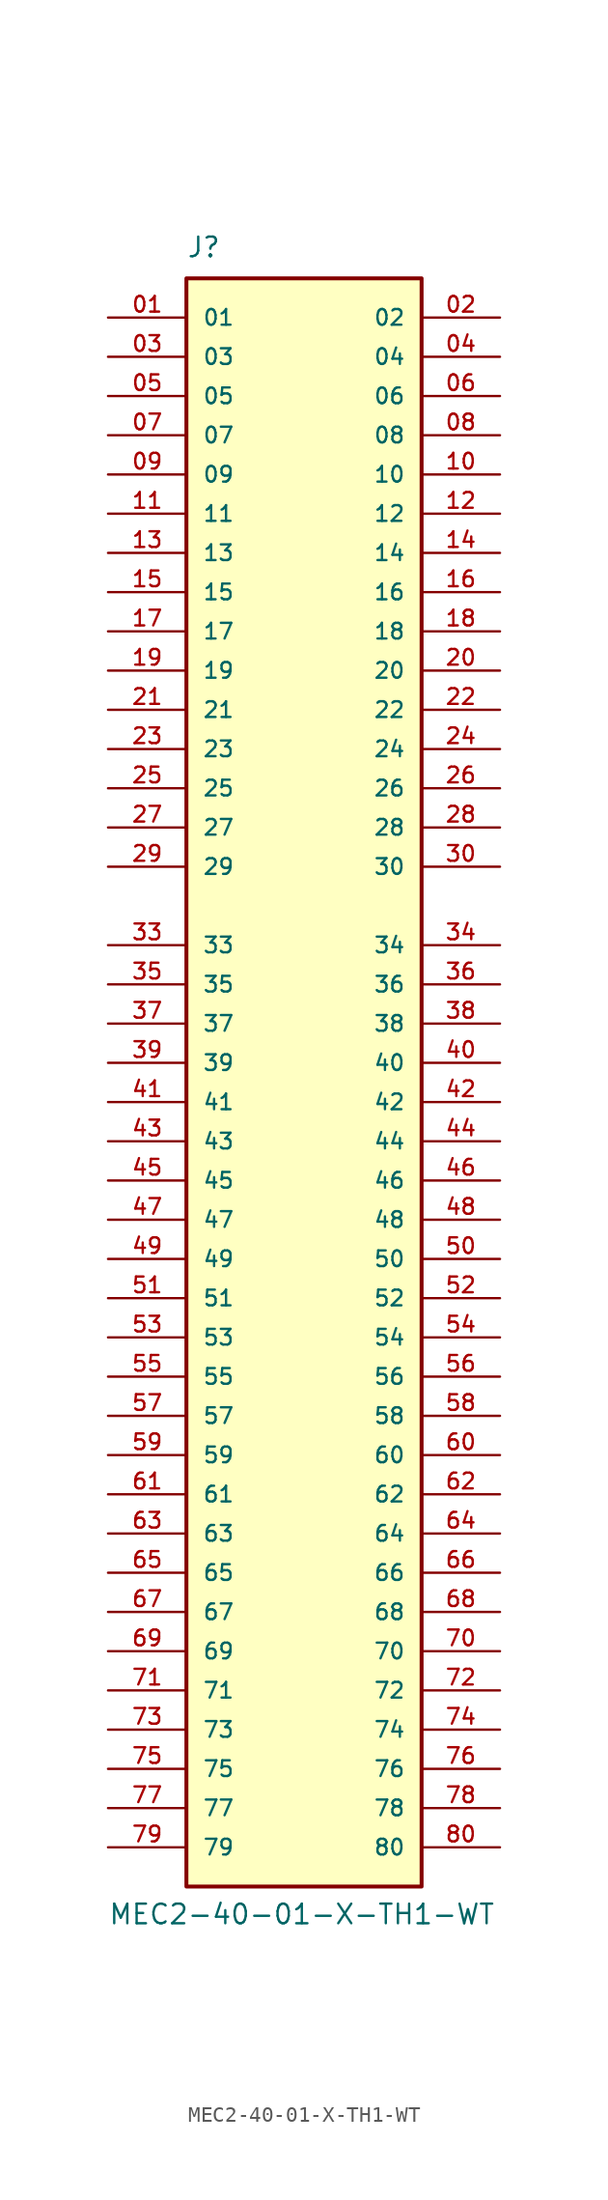
<source format=kicad_sym>
(kicad_symbol_lib
  (version 20211014)
  (generator kicad_symbol_editor)
  (symbol "MEC2-40-01-X-TH1-WT"
    (pin_names
      (offset 1.016))
    (property "Reference" "J"
      (at -7.62 52.07 0)
      (effects (font (size 1.27 1.27)) (justify left bottom)))
    (property "Value" "MEC2-40-01-X-TH1-WT"
      (at -12.7 -55.88 0)
      (effects (font (size 1.27 1.27)) (justify left bottom)))
    (property "ki_locked" ""
      (at 0 0 0)
      (effects (font (size 1.27 1.27))))
    (symbol "MEC2-40-01-X-TH1-WT_0_0"
      (rectangle (start -7.62 -53.34) (end 7.62 50.8) (stroke (width 0.254) (type default) (color 0 0 0 0)) (fill (type background)))
      (pin passive line (at -12.7 48.26 0) (length 5.08) (name "01" (effects (font (size 1.016 1.016)))) (number "01" (effects (font (size 1.016 1.016)))))
      (pin passive line (at 12.7 48.26 180) (length 5.08) (name "02" (effects (font (size 1.016 1.016)))) (number "02" (effects (font (size 1.016 1.016)))))
      (pin passive line (at -12.7 45.72 0) (length 5.08) (name "03" (effects (font (size 1.016 1.016)))) (number "03" (effects (font (size 1.016 1.016)))))
      (pin passive line (at 12.7 45.72 180) (length 5.08) (name "04" (effects (font (size 1.016 1.016)))) (number "04" (effects (font (size 1.016 1.016)))))
      (pin passive line (at -12.7 43.18 0) (length 5.08) (name "05" (effects (font (size 1.016 1.016)))) (number "05" (effects (font (size 1.016 1.016)))))
      (pin passive line (at 12.7 43.18 180) (length 5.08) (name "06" (effects (font (size 1.016 1.016)))) (number "06" (effects (font (size 1.016 1.016)))))
      (pin passive line (at -12.7 40.64 0) (length 5.08) (name "07" (effects (font (size 1.016 1.016)))) (number "07" (effects (font (size 1.016 1.016)))))
      (pin passive line (at 12.7 40.64 180) (length 5.08) (name "08" (effects (font (size 1.016 1.016)))) (number "08" (effects (font (size 1.016 1.016)))))
      (pin passive line (at -12.7 38.1 0) (length 5.08) (name "09" (effects (font (size 1.016 1.016)))) (number "09" (effects (font (size 1.016 1.016)))))
      (pin passive line (at 12.7 38.1 180) (length 5.08) (name "10" (effects (font (size 1.016 1.016)))) (number "10" (effects (font (size 1.016 1.016)))))
      (pin passive line (at -12.7 35.56 0) (length 5.08) (name "11" (effects (font (size 1.016 1.016)))) (number "11" (effects (font (size 1.016 1.016)))))
      (pin passive line (at 12.7 35.56 180) (length 5.08) (name "12" (effects (font (size 1.016 1.016)))) (number "12" (effects (font (size 1.016 1.016)))))
      (pin passive line (at -12.7 33.02 0) (length 5.08) (name "13" (effects (font (size 1.016 1.016)))) (number "13" (effects (font (size 1.016 1.016)))))
      (pin passive line (at 12.7 33.02 180) (length 5.08) (name "14" (effects (font (size 1.016 1.016)))) (number "14" (effects (font (size 1.016 1.016)))))
      (pin passive line (at -12.7 30.48 0) (length 5.08) (name "15" (effects (font (size 1.016 1.016)))) (number "15" (effects (font (size 1.016 1.016)))))
      (pin passive line (at 12.7 30.48 180) (length 5.08) (name "16" (effects (font (size 1.016 1.016)))) (number "16" (effects (font (size 1.016 1.016)))))
      (pin passive line (at -12.7 27.94 0) (length 5.08) (name "17" (effects (font (size 1.016 1.016)))) (number "17" (effects (font (size 1.016 1.016)))))
      (pin passive line (at 12.7 27.94 180) (length 5.08) (name "18" (effects (font (size 1.016 1.016)))) (number "18" (effects (font (size 1.016 1.016)))))
      (pin passive line (at -12.7 25.4 0) (length 5.08) (name "19" (effects (font (size 1.016 1.016)))) (number "19" (effects (font (size 1.016 1.016)))))
      (pin passive line (at 12.7 25.4 180) (length 5.08) (name "20" (effects (font (size 1.016 1.016)))) (number "20" (effects (font (size 1.016 1.016)))))
      (pin passive line (at -12.7 22.86 0) (length 5.08) (name "21" (effects (font (size 1.016 1.016)))) (number "21" (effects (font (size 1.016 1.016)))))
      (pin passive line (at 12.7 22.86 180) (length 5.08) (name "22" (effects (font (size 1.016 1.016)))) (number "22" (effects (font (size 1.016 1.016)))))
      (pin passive line (at -12.7 20.32 0) (length 5.08) (name "23" (effects (font (size 1.016 1.016)))) (number "23" (effects (font (size 1.016 1.016)))))
      (pin passive line (at 12.7 20.32 180) (length 5.08) (name "24" (effects (font (size 1.016 1.016)))) (number "24" (effects (font (size 1.016 1.016)))))
      (pin passive line (at -12.7 17.78 0) (length 5.08) (name "25" (effects (font (size 1.016 1.016)))) (number "25" (effects (font (size 1.016 1.016)))))
      (pin passive line (at 12.7 17.78 180) (length 5.08) (name "26" (effects (font (size 1.016 1.016)))) (number "26" (effects (font (size 1.016 1.016)))))
      (pin passive line (at -12.7 15.24 0) (length 5.08) (name "27" (effects (font (size 1.016 1.016)))) (number "27" (effects (font (size 1.016 1.016)))))
      (pin passive line (at 12.7 15.24 180) (length 5.08) (name "28" (effects (font (size 1.016 1.016)))) (number "28" (effects (font (size 1.016 1.016)))))
      (pin passive line (at -12.7 12.7 0) (length 5.08) (name "29" (effects (font (size 1.016 1.016)))) (number "29" (effects (font (size 1.016 1.016)))))
      (pin passive line (at 12.7 12.7 180) (length 5.08) (name "30" (effects (font (size 1.016 1.016)))) (number "30" (effects (font (size 1.016 1.016)))))
      (pin passive line (at -12.7 7.62 0) (length 5.08) (name "33" (effects (font (size 1.016 1.016)))) (number "33" (effects (font (size 1.016 1.016)))))
      (pin passive line (at 12.7 7.62 180) (length 5.08) (name "34" (effects (font (size 1.016 1.016)))) (number "34" (effects (font (size 1.016 1.016)))))
      (pin passive line (at -12.7 5.08 0) (length 5.08) (name "35" (effects (font (size 1.016 1.016)))) (number "35" (effects (font (size 1.016 1.016)))))
      (pin passive line (at 12.7 5.08 180) (length 5.08) (name "36" (effects (font (size 1.016 1.016)))) (number "36" (effects (font (size 1.016 1.016)))))
      (pin passive line (at -12.7 2.54 0) (length 5.08) (name "37" (effects (font (size 1.016 1.016)))) (number "37" (effects (font (size 1.016 1.016)))))
      (pin passive line (at 12.7 2.54 180) (length 5.08) (name "38" (effects (font (size 1.016 1.016)))) (number "38" (effects (font (size 1.016 1.016)))))
      (pin passive line (at -12.7 0 0) (length 5.08) (name "39" (effects (font (size 1.016 1.016)))) (number "39" (effects (font (size 1.016 1.016)))))
      (pin passive line (at 12.7 0 180) (length 5.08) (name "40" (effects (font (size 1.016 1.016)))) (number "40" (effects (font (size 1.016 1.016)))))
      (pin passive line (at -12.7 -2.54 0) (length 5.08) (name "41" (effects (font (size 1.016 1.016)))) (number "41" (effects (font (size 1.016 1.016)))))
      (pin passive line (at 12.7 -2.54 180) (length 5.08) (name "42" (effects (font (size 1.016 1.016)))) (number "42" (effects (font (size 1.016 1.016)))))
      (pin passive line (at -12.7 -5.08 0) (length 5.08) (name "43" (effects (font (size 1.016 1.016)))) (number "43" (effects (font (size 1.016 1.016)))))
      (pin passive line (at 12.7 -5.08 180) (length 5.08) (name "44" (effects (font (size 1.016 1.016)))) (number "44" (effects (font (size 1.016 1.016)))))
      (pin passive line (at -12.7 -7.62 0) (length 5.08) (name "45" (effects (font (size 1.016 1.016)))) (number "45" (effects (font (size 1.016 1.016)))))
      (pin passive line (at 12.7 -7.62 180) (length 5.08) (name "46" (effects (font (size 1.016 1.016)))) (number "46" (effects (font (size 1.016 1.016)))))
      (pin passive line (at -12.7 -10.16 0) (length 5.08) (name "47" (effects (font (size 1.016 1.016)))) (number "47" (effects (font (size 1.016 1.016)))))
      (pin passive line (at 12.7 -10.16 180) (length 5.08) (name "48" (effects (font (size 1.016 1.016)))) (number "48" (effects (font (size 1.016 1.016)))))
      (pin passive line (at -12.7 -12.7 0) (length 5.08) (name "49" (effects (font (size 1.016 1.016)))) (number "49" (effects (font (size 1.016 1.016)))))
      (pin passive line (at 12.7 -12.7 180) (length 5.08) (name "50" (effects (font (size 1.016 1.016)))) (number "50" (effects (font (size 1.016 1.016)))))
      (pin passive line (at -12.7 -15.24 0) (length 5.08) (name "51" (effects (font (size 1.016 1.016)))) (number "51" (effects (font (size 1.016 1.016)))))
      (pin passive line (at 12.7 -15.24 180) (length 5.08) (name "52" (effects (font (size 1.016 1.016)))) (number "52" (effects (font (size 1.016 1.016)))))
      (pin passive line (at -12.7 -17.78 0) (length 5.08) (name "53" (effects (font (size 1.016 1.016)))) (number "53" (effects (font (size 1.016 1.016)))))
      (pin passive line (at 12.7 -17.78 180) (length 5.08) (name "54" (effects (font (size 1.016 1.016)))) (number "54" (effects (font (size 1.016 1.016)))))
      (pin passive line (at -12.7 -20.32 0) (length 5.08) (name "55" (effects (font (size 1.016 1.016)))) (number "55" (effects (font (size 1.016 1.016)))))
      (pin passive line (at 12.7 -20.32 180) (length 5.08) (name "56" (effects (font (size 1.016 1.016)))) (number "56" (effects (font (size 1.016 1.016)))))
      (pin passive line (at -12.7 -22.86 0) (length 5.08) (name "57" (effects (font (size 1.016 1.016)))) (number "57" (effects (font (size 1.016 1.016)))))
      (pin passive line (at 12.7 -22.86 180) (length 5.08) (name "58" (effects (font (size 1.016 1.016)))) (number "58" (effects (font (size 1.016 1.016)))))
      (pin passive line (at -12.7 -25.4 0) (length 5.08) (name "59" (effects (font (size 1.016 1.016)))) (number "59" (effects (font (size 1.016 1.016)))))
      (pin passive line (at 12.7 -25.4 180) (length 5.08) (name "60" (effects (font (size 1.016 1.016)))) (number "60" (effects (font (size 1.016 1.016)))))
      (pin passive line (at -12.7 -27.94 0) (length 5.08) (name "61" (effects (font (size 1.016 1.016)))) (number "61" (effects (font (size 1.016 1.016)))))
      (pin passive line (at 12.7 -27.94 180) (length 5.08) (name "62" (effects (font (size 1.016 1.016)))) (number "62" (effects (font (size 1.016 1.016)))))
      (pin passive line (at -12.7 -30.48 0) (length 5.08) (name "63" (effects (font (size 1.016 1.016)))) (number "63" (effects (font (size 1.016 1.016)))))
      (pin passive line (at 12.7 -30.48 180) (length 5.08) (name "64" (effects (font (size 1.016 1.016)))) (number "64" (effects (font (size 1.016 1.016)))))
      (pin passive line (at -12.7 -33.02 0) (length 5.08) (name "65" (effects (font (size 1.016 1.016)))) (number "65" (effects (font (size 1.016 1.016)))))
      (pin passive line (at 12.7 -33.02 180) (length 5.08) (name "66" (effects (font (size 1.016 1.016)))) (number "66" (effects (font (size 1.016 1.016)))))
      (pin passive line (at -12.7 -35.56 0) (length 5.08) (name "67" (effects (font (size 1.016 1.016)))) (number "67" (effects (font (size 1.016 1.016)))))
      (pin passive line (at 12.7 -35.56 180) (length 5.08) (name "68" (effects (font (size 1.016 1.016)))) (number "68" (effects (font (size 1.016 1.016)))))
      (pin passive line (at -12.7 -38.1 0) (length 5.08) (name "69" (effects (font (size 1.016 1.016)))) (number "69" (effects (font (size 1.016 1.016)))))
      (pin passive line (at 12.7 -38.1 180) (length 5.08) (name "70" (effects (font (size 1.016 1.016)))) (number "70" (effects (font (size 1.016 1.016)))))
      (pin passive line (at -12.7 -40.64 0) (length 5.08) (name "71" (effects (font (size 1.016 1.016)))) (number "71" (effects (font (size 1.016 1.016)))))
      (pin passive line (at 12.7 -40.64 180) (length 5.08) (name "72" (effects (font (size 1.016 1.016)))) (number "72" (effects (font (size 1.016 1.016)))))
      (pin passive line (at -12.7 -43.18 0) (length 5.08) (name "73" (effects (font (size 1.016 1.016)))) (number "73" (effects (font (size 1.016 1.016)))))
      (pin passive line (at 12.7 -43.18 180) (length 5.08) (name "74" (effects (font (size 1.016 1.016)))) (number "74" (effects (font (size 1.016 1.016)))))
      (pin passive line (at -12.7 -45.72 0) (length 5.08) (name "75" (effects (font (size 1.016 1.016)))) (number "75" (effects (font (size 1.016 1.016)))))
      (pin passive line (at 12.7 -45.72 180) (length 5.08) (name "76" (effects (font (size 1.016 1.016)))) (number "76" (effects (font (size 1.016 1.016)))))
      (pin passive line (at -12.7 -48.26 0) (length 5.08) (name "77" (effects (font (size 1.016 1.016)))) (number "77" (effects (font (size 1.016 1.016)))))
      (pin passive line (at 12.7 -48.26 180) (length 5.08) (name "78" (effects (font (size 1.016 1.016)))) (number "78" (effects (font (size 1.016 1.016)))))
      (pin passive line (at -12.7 -50.8 0) (length 5.08) (name "79" (effects (font (size 1.016 1.016)))) (number "79" (effects (font (size 1.016 1.016)))))
      (pin passive line (at 12.7 -50.8 180) (length 5.08) (name "80" (effects (font (size 1.016 1.016)))) (number "80" (effects (font (size 1.016 1.016))))))))
</source>
